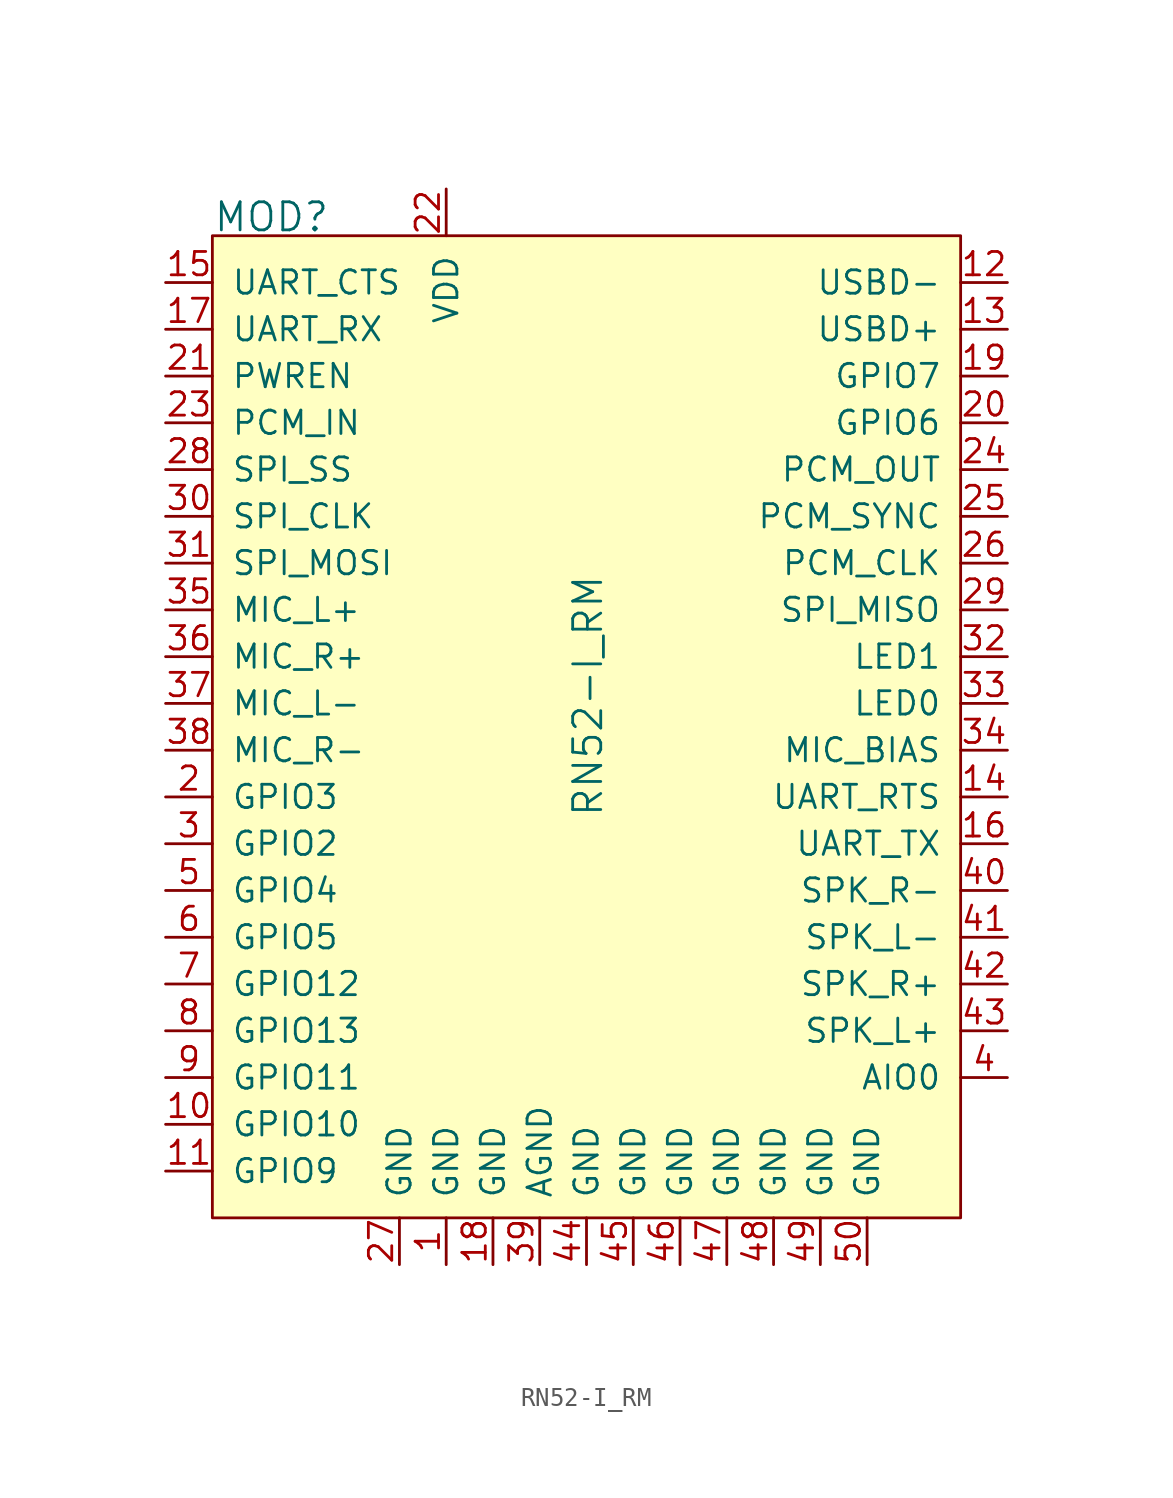
<source format=kicad_sym>
(kicad_symbol_lib
  (version 20211014)
  (generator kicad_symbol_editor)
  (symbol "RN52-I_RM"
    (pin_names
      (offset 1.016))
    (property "Reference" "MOD"
      (at -20.295 16.256 0)
      (effects (font (size 1.524 1.524)) (justify left)))
    (property "Value" "RN52-I_RM"
      (at 0.076 -9.754 90)
      (effects (font (size 1.524 1.524))))
    (symbol "RN52-I_RM_0_1"
      (rectangle (start -20.32 15.24) (end 20.32 -38.1) (stroke (width 0) (type default) (color 0 0 0 0)) (fill (type background))))
    (symbol "RN52-I_RM_1_1"
      (pin power_in line (at -7.62 -40.64 90) (length 2.54) (name "GND" (effects (font (size 1.27 1.27)))) (number "1" (effects (font (size 1.27 1.27)))))
      (pin bidirectional line (at -22.86 -33.02 0) (length 2.54) (name "GPIO10" (effects (font (size 1.27 1.27)))) (number "10" (effects (font (size 1.27 1.27)))))
      (pin bidirectional line (at -22.86 -35.56 0) (length 2.54) (name "GPIO9" (effects (font (size 1.27 1.27)))) (number "11" (effects (font (size 1.27 1.27)))))
      (pin bidirectional line (at 22.86 12.7 180) (length 2.54) (name "USBD-" (effects (font (size 1.27 1.27)))) (number "12" (effects (font (size 1.27 1.27)))))
      (pin bidirectional line (at 22.86 10.16 180) (length 2.54) (name "USBD+" (effects (font (size 1.27 1.27)))) (number "13" (effects (font (size 1.27 1.27)))))
      (pin tri_state line (at 22.86 -15.24 180) (length 2.54) (name "UART_RTS" (effects (font (size 1.27 1.27)))) (number "14" (effects (font (size 1.27 1.27)))))
      (pin input line (at -22.86 12.7 0) (length 2.54) (name "UART_CTS" (effects (font (size 1.27 1.27)))) (number "15" (effects (font (size 1.27 1.27)))))
      (pin tri_state line (at 22.86 -17.78 180) (length 2.54) (name "UART_TX" (effects (font (size 1.27 1.27)))) (number "16" (effects (font (size 1.27 1.27)))))
      (pin input line (at -22.86 10.16 0) (length 2.54) (name "UART_RX" (effects (font (size 1.27 1.27)))) (number "17" (effects (font (size 1.27 1.27)))))
      (pin input line (at -5.08 -40.64 90) (length 2.54) (name "GND" (effects (font (size 1.27 1.27)))) (number "18" (effects (font (size 1.27 1.27)))))
      (pin bidirectional line (at 22.86 7.62 180) (length 2.54) (name "GPIO7" (effects (font (size 1.27 1.27)))) (number "19" (effects (font (size 1.27 1.27)))))
      (pin bidirectional line (at -22.86 -15.24 0) (length 2.54) (name "GPIO3" (effects (font (size 1.27 1.27)))) (number "2" (effects (font (size 1.27 1.27)))))
      (pin bidirectional line (at 22.86 5.08 180) (length 2.54) (name "GPIO6" (effects (font (size 1.27 1.27)))) (number "20" (effects (font (size 1.27 1.27)))))
      (pin input line (at -22.86 7.62 0) (length 2.54) (name "PWREN" (effects (font (size 1.27 1.27)))) (number "21" (effects (font (size 1.27 1.27)))))
      (pin power_in line (at -7.62 17.78 270) (length 2.54) (name "VDD" (effects (font (size 1.27 1.27)))) (number "22" (effects (font (size 1.27 1.27)))))
      (pin input line (at -22.86 5.08 0) (length 2.54) (name "PCM_IN" (effects (font (size 1.27 1.27)))) (number "23" (effects (font (size 1.27 1.27)))))
      (pin output line (at 22.86 2.54 180) (length 2.54) (name "PCM_OUT" (effects (font (size 1.27 1.27)))) (number "24" (effects (font (size 1.27 1.27)))))
      (pin output line (at 22.86 0 180) (length 2.54) (name "PCM_SYNC" (effects (font (size 1.27 1.27)))) (number "25" (effects (font (size 1.27 1.27)))))
      (pin output line (at 22.86 -2.54 180) (length 2.54) (name "PCM_CLK" (effects (font (size 1.27 1.27)))) (number "26" (effects (font (size 1.27 1.27)))))
      (pin power_in line (at -10.16 -40.64 90) (length 2.54) (name "GND" (effects (font (size 1.27 1.27)))) (number "27" (effects (font (size 1.27 1.27)))))
      (pin input line (at -22.86 2.54 0) (length 2.54) (name "SPI_SS" (effects (font (size 1.27 1.27)))) (number "28" (effects (font (size 1.27 1.27)))))
      (pin output line (at 22.86 -5.08 180) (length 2.54) (name "SPI_MISO" (effects (font (size 1.27 1.27)))) (number "29" (effects (font (size 1.27 1.27)))))
      (pin bidirectional line (at -22.86 -17.78 0) (length 2.54) (name "GPIO2" (effects (font (size 1.27 1.27)))) (number "3" (effects (font (size 1.27 1.27)))))
      (pin input line (at -22.86 0 0) (length 2.54) (name "SPI_CLK" (effects (font (size 1.27 1.27)))) (number "30" (effects (font (size 1.27 1.27)))))
      (pin input line (at -22.86 -2.54 0) (length 2.54) (name "SPI_MOSI" (effects (font (size 1.27 1.27)))) (number "31" (effects (font (size 1.27 1.27)))))
      (pin output line (at 22.86 -7.62 180) (length 2.54) (name "LED1" (effects (font (size 1.27 1.27)))) (number "32" (effects (font (size 1.27 1.27)))))
      (pin output line (at 22.86 -10.16 180) (length 2.54) (name "LED0" (effects (font (size 1.27 1.27)))) (number "33" (effects (font (size 1.27 1.27)))))
      (pin output line (at 22.86 -12.7 180) (length 2.54) (name "MIC_BIAS" (effects (font (size 1.27 1.27)))) (number "34" (effects (font (size 1.27 1.27)))))
      (pin input line (at -22.86 -5.08 0) (length 2.54) (name "MIC_L+" (effects (font (size 1.27 1.27)))) (number "35" (effects (font (size 1.27 1.27)))))
      (pin input line (at -22.86 -7.62 0) (length 2.54) (name "MIC_R+" (effects (font (size 1.27 1.27)))) (number "36" (effects (font (size 1.27 1.27)))))
      (pin input line (at -22.86 -10.16 0) (length 2.54) (name "MIC_L-" (effects (font (size 1.27 1.27)))) (number "37" (effects (font (size 1.27 1.27)))))
      (pin input line (at -22.86 -12.7 0) (length 2.54) (name "MIC_R-" (effects (font (size 1.27 1.27)))) (number "38" (effects (font (size 1.27 1.27)))))
      (pin power_in line (at -2.54 -40.64 90) (length 2.54) (name "AGND" (effects (font (size 1.27 1.27)))) (number "39" (effects (font (size 1.27 1.27)))))
      (pin bidirectional line (at 22.86 -30.48 180) (length 2.54) (name "AIO0" (effects (font (size 1.27 1.27)))) (number "4" (effects (font (size 1.27 1.27)))))
      (pin output line (at 22.86 -20.32 180) (length 2.54) (name "SPK_R-" (effects (font (size 1.27 1.27)))) (number "40" (effects (font (size 1.27 1.27)))))
      (pin output line (at 22.86 -22.86 180) (length 2.54) (name "SPK_L-" (effects (font (size 1.27 1.27)))) (number "41" (effects (font (size 1.27 1.27)))))
      (pin output line (at 22.86 -25.4 180) (length 2.54) (name "SPK_R+" (effects (font (size 1.27 1.27)))) (number "42" (effects (font (size 1.27 1.27)))))
      (pin output line (at 22.86 -27.94 180) (length 2.54) (name "SPK_L+" (effects (font (size 1.27 1.27)))) (number "43" (effects (font (size 1.27 1.27)))))
      (pin power_in line (at 0 -40.64 90) (length 2.54) (name "GND" (effects (font (size 1.27 1.27)))) (number "44" (effects (font (size 1.27 1.27)))))
      (pin power_in line (at 2.54 -40.64 90) (length 2.54) (name "GND" (effects (font (size 1.27 1.27)))) (number "45" (effects (font (size 1.27 1.27)))))
      (pin power_in line (at 5.08 -40.64 90) (length 2.54) (name "GND" (effects (font (size 1.27 1.27)))) (number "46" (effects (font (size 1.27 1.27)))))
      (pin power_in line (at 7.62 -40.64 90) (length 2.54) (name "GND" (effects (font (size 1.27 1.27)))) (number "47" (effects (font (size 1.27 1.27)))))
      (pin power_in line (at 10.16 -40.64 90) (length 2.54) (name "GND" (effects (font (size 1.27 1.27)))) (number "48" (effects (font (size 1.27 1.27)))))
      (pin power_in line (at 12.7 -40.64 90) (length 2.54) (name "GND" (effects (font (size 1.27 1.27)))) (number "49" (effects (font (size 1.27 1.27)))))
      (pin bidirectional line (at -22.86 -20.32 0) (length 2.54) (name "GPIO4" (effects (font (size 1.27 1.27)))) (number "5" (effects (font (size 1.27 1.27)))))
      (pin power_in line (at 15.24 -40.64 90) (length 2.54) (name "GND" (effects (font (size 1.27 1.27)))) (number "50" (effects (font (size 1.27 1.27)))))
      (pin bidirectional line (at -22.86 -22.86 0) (length 2.54) (name "GPIO5" (effects (font (size 1.27 1.27)))) (number "6" (effects (font (size 1.27 1.27)))))
      (pin bidirectional line (at -22.86 -25.4 0) (length 2.54) (name "GPIO12" (effects (font (size 1.27 1.27)))) (number "7" (effects (font (size 1.27 1.27)))))
      (pin bidirectional line (at -22.86 -27.94 0) (length 2.54) (name "GPIO13" (effects (font (size 1.27 1.27)))) (number "8" (effects (font (size 1.27 1.27)))))
      (pin bidirectional line (at -22.86 -30.48 0) (length 2.54) (name "GPIO11" (effects (font (size 1.27 1.27)))) (number "9" (effects (font (size 1.27 1.27))))))))
</source>
